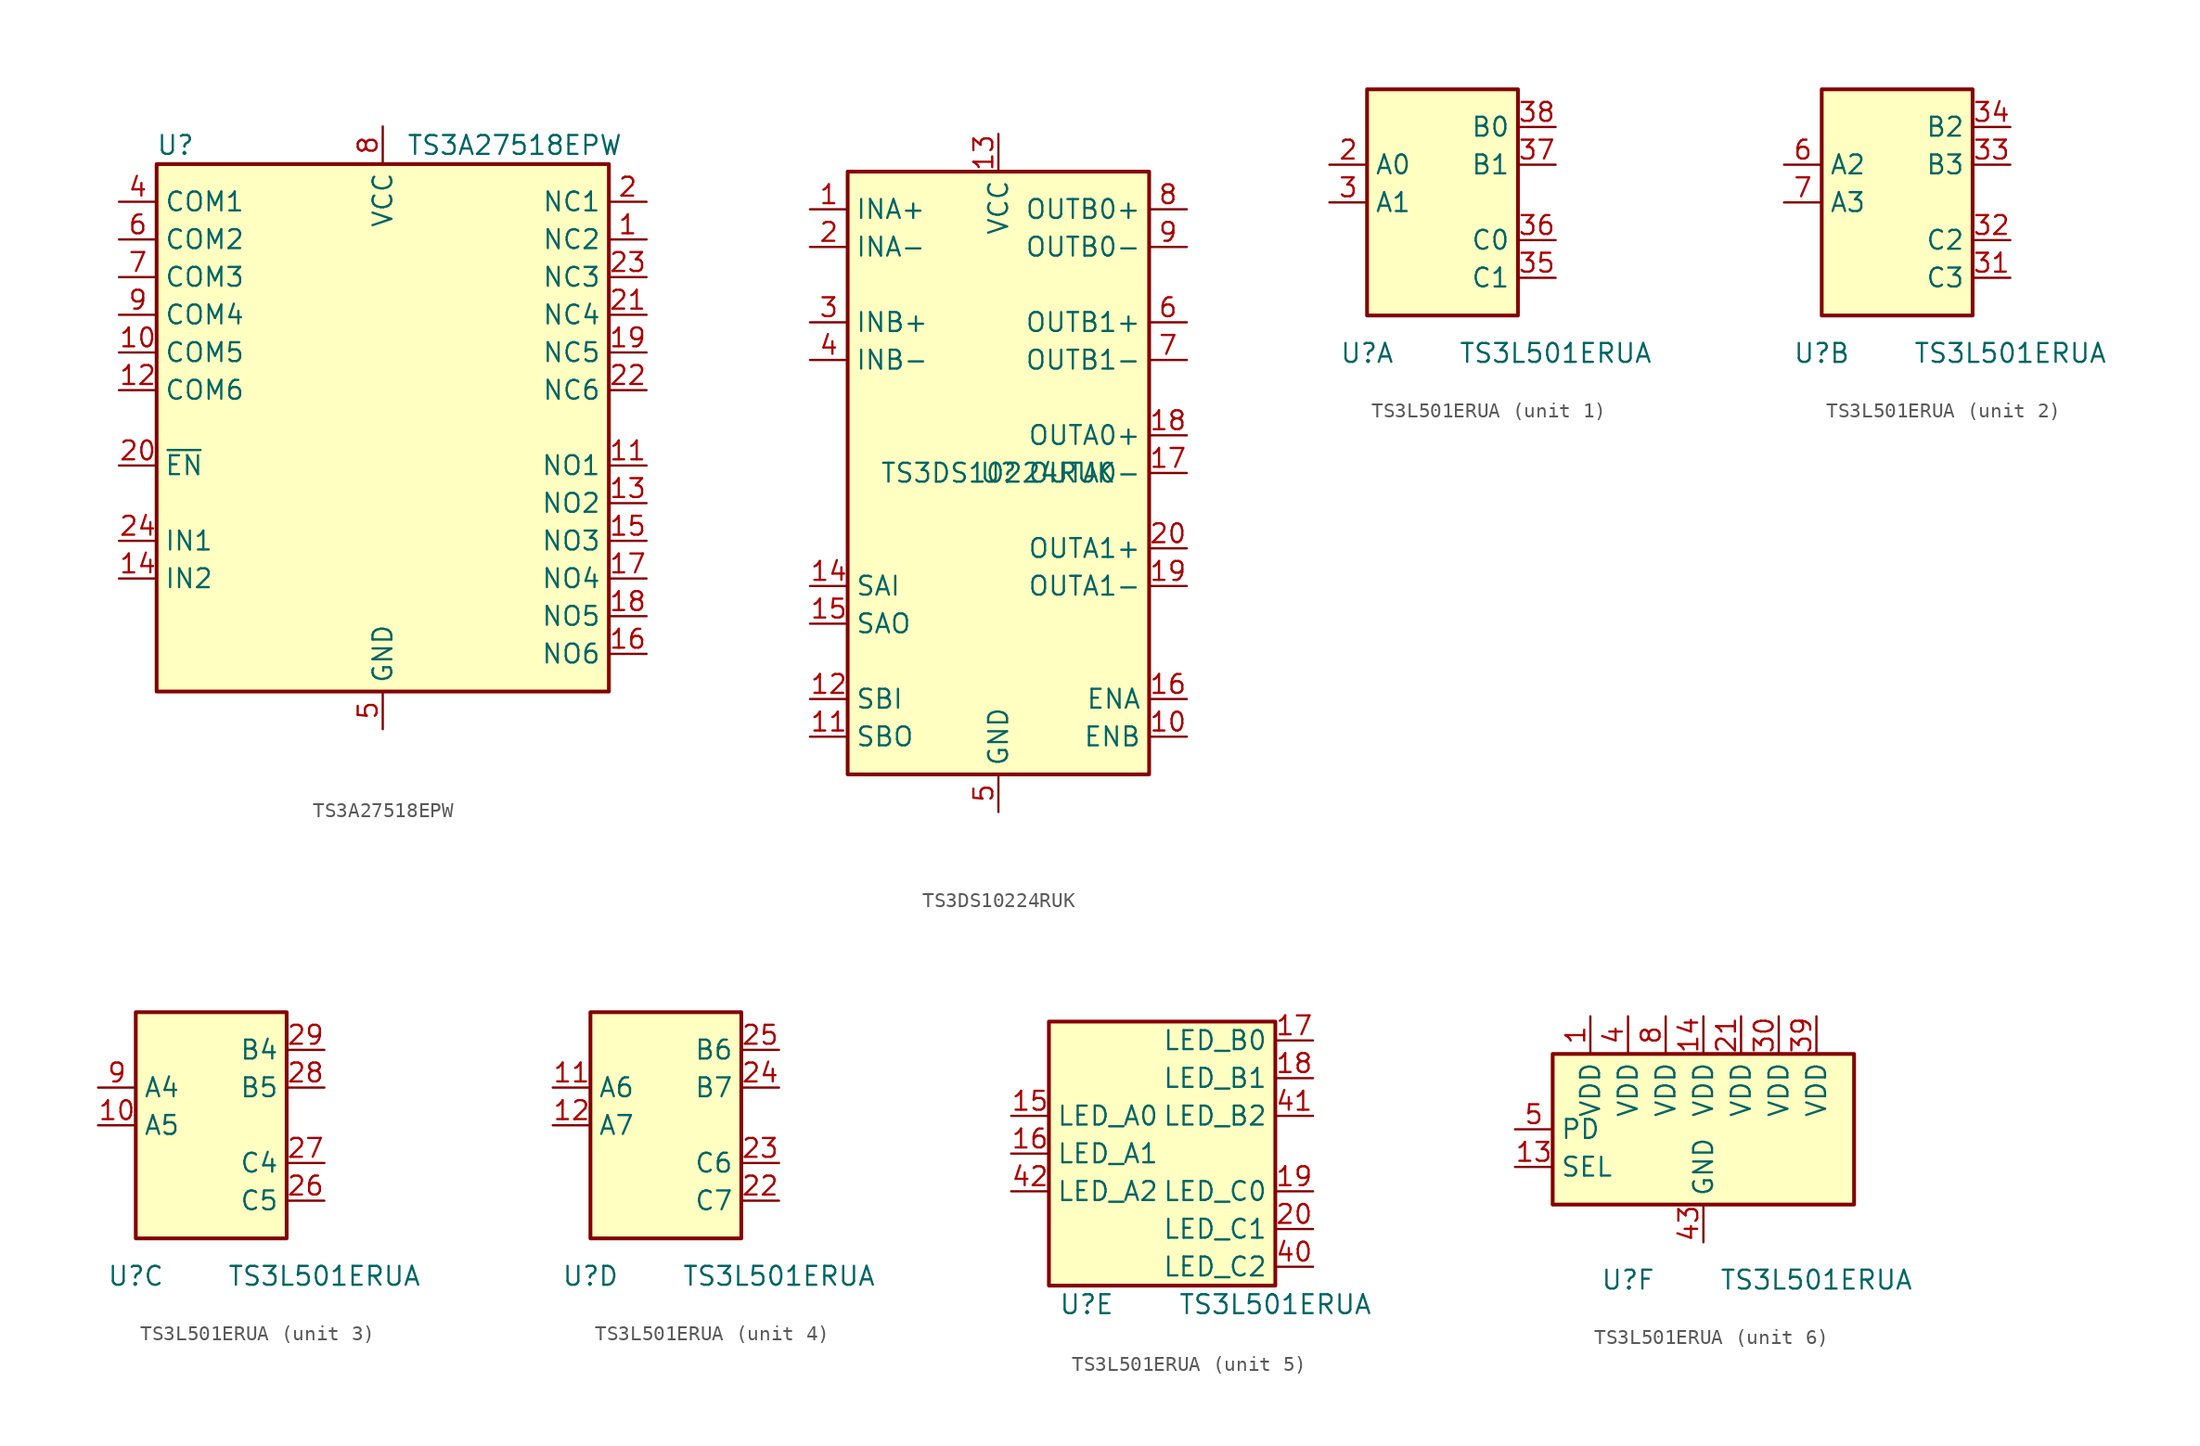
<source format=kicad_sym>
(kicad_symbol_lib
  (version 20201005)
  (generator kicad_symbol_editor)
  (symbol "TS3A27518EPW"
    (property "Reference" "U"
      (at -13.97 19.05 0)
      (effects (font (size 1.27 1.27))))
    (property "Value" "TS3A27518EPW"
      (at 8.89 19.05 0)
      (effects (font (size 1.27 1.27))))
    (symbol "TS3A27518EPW_0_1"
      (rectangle (start 15.24 -17.78) (end -15.24 17.78) (stroke (width 0.254)) (fill (type background))))
    (symbol "TS3A27518EPW_1_1"
      (pin bidirectional line (at 17.78 12.7 180) (length 2.54) (name "NC2" (effects (font (size 1.27 1.27)))) (number "1" (effects (font (size 1.27 1.27)))))
      (pin bidirectional line (at -17.78 5.08 0) (length 2.54) (name "COM5" (effects (font (size 1.27 1.27)))) (number "10" (effects (font (size 1.27 1.27)))))
      (pin bidirectional line (at 17.78 -2.54 180) (length 2.54) (name "NO1" (effects (font (size 1.27 1.27)))) (number "11" (effects (font (size 1.27 1.27)))))
      (pin bidirectional line (at -17.78 2.54 0) (length 2.54) (name "COM6" (effects (font (size 1.27 1.27)))) (number "12" (effects (font (size 1.27 1.27)))))
      (pin bidirectional line (at 17.78 -5.08 180) (length 2.54) (name "NO2" (effects (font (size 1.27 1.27)))) (number "13" (effects (font (size 1.27 1.27)))))
      (pin input line (at -17.78 -10.16 0) (length 2.54) (name "IN2" (effects (font (size 1.27 1.27)))) (number "14" (effects (font (size 1.27 1.27)))))
      (pin bidirectional line (at 17.78 -7.62 180) (length 2.54) (name "NO3" (effects (font (size 1.27 1.27)))) (number "15" (effects (font (size 1.27 1.27)))))
      (pin bidirectional line (at 17.78 -15.24 180) (length 2.54) (name "NO6" (effects (font (size 1.27 1.27)))) (number "16" (effects (font (size 1.27 1.27)))))
      (pin bidirectional line (at 17.78 -10.16 180) (length 2.54) (name "NO4" (effects (font (size 1.27 1.27)))) (number "17" (effects (font (size 1.27 1.27)))))
      (pin bidirectional line (at 17.78 -12.7 180) (length 2.54) (name "NO5" (effects (font (size 1.27 1.27)))) (number "18" (effects (font (size 1.27 1.27)))))
      (pin bidirectional line (at 17.78 5.08 180) (length 2.54) (name "NC5" (effects (font (size 1.27 1.27)))) (number "19" (effects (font (size 1.27 1.27)))))
      (pin bidirectional line (at 17.78 15.24 180) (length 2.54) (name "NC1" (effects (font (size 1.27 1.27)))) (number "2" (effects (font (size 1.27 1.27)))))
      (pin input line (at -17.78 -2.54 0) (length 2.54) (name "~EN" (effects (font (size 1.27 1.27)))) (number "20" (effects (font (size 1.27 1.27)))))
      (pin bidirectional line (at 17.78 7.62 180) (length 2.54) (name "NC4" (effects (font (size 1.27 1.27)))) (number "21" (effects (font (size 1.27 1.27)))))
      (pin bidirectional line (at 17.78 2.54 180) (length 2.54) (name "NC6" (effects (font (size 1.27 1.27)))) (number "22" (effects (font (size 1.27 1.27)))))
      (pin bidirectional line (at 17.78 10.16 180) (length 2.54) (name "NC3" (effects (font (size 1.27 1.27)))) (number "23" (effects (font (size 1.27 1.27)))))
      (pin input line (at -17.78 -7.62 0) (length 2.54) (name "IN1" (effects (font (size 1.27 1.27)))) (number "24" (effects (font (size 1.27 1.27)))))
      (pin no_connect line (at -15.24 -15.24 0) (length 2.54) hide (name "N.C." (effects (font (size 1.27 1.27)))) (number "3" (effects (font (size 1.27 1.27)))))
      (pin bidirectional line (at -17.78 15.24 0) (length 2.54) (name "COM1" (effects (font (size 1.27 1.27)))) (number "4" (effects (font (size 1.27 1.27)))))
      (pin power_in line (at 0 -20.32 90) (length 2.54) (name "GND" (effects (font (size 1.27 1.27)))) (number "5" (effects (font (size 1.27 1.27)))))
      (pin bidirectional line (at -17.78 12.7 0) (length 2.54) (name "COM2" (effects (font (size 1.27 1.27)))) (number "6" (effects (font (size 1.27 1.27)))))
      (pin bidirectional line (at -17.78 10.16 0) (length 2.54) (name "COM3" (effects (font (size 1.27 1.27)))) (number "7" (effects (font (size 1.27 1.27)))))
      (pin power_in line (at 0 20.32 270) (length 2.54) (name "VCC" (effects (font (size 1.27 1.27)))) (number "8" (effects (font (size 1.27 1.27)))))
      (pin bidirectional line (at -17.78 7.62 0) (length 2.54) (name "COM4" (effects (font (size 1.27 1.27)))) (number "9" (effects (font (size 1.27 1.27)))))))
  (symbol "TS3DS10224RUK"
    (property "Reference" "U"
      (at 0 0 0)
      (effects (font (size 1.27 1.27))))
    (property "Value" "TS3DS10224RUK"
      (at 0 0 0)
      (effects (font (size 1.27 1.27))))
    (symbol "TS3DS10224RUK_0_1"
      (rectangle (start -10.16 20.32) (end 10.16 -20.32) (stroke (width 0.254)) (fill (type background))))
    (symbol "TS3DS10224RUK_1_1"
      (pin bidirectional line (at -12.7 17.78 0) (length 2.54) (name "INA+" (effects (font (size 1.27 1.27)))) (number "1" (effects (font (size 1.27 1.27)))))
      (pin input line (at 12.7 -17.78 180) (length 2.54) (name "ENB" (effects (font (size 1.27 1.27)))) (number "10" (effects (font (size 1.27 1.27)))))
      (pin input line (at -12.7 -17.78 0) (length 2.54) (name "SBO" (effects (font (size 1.27 1.27)))) (number "11" (effects (font (size 1.27 1.27)))))
      (pin input line (at -12.7 -15.24 0) (length 2.54) (name "SBI" (effects (font (size 1.27 1.27)))) (number "12" (effects (font (size 1.27 1.27)))))
      (pin power_in line (at 0 22.86 270) (length 2.54) (name "VCC" (effects (font (size 1.27 1.27)))) (number "13" (effects (font (size 1.27 1.27)))))
      (pin input line (at -12.7 -7.62 0) (length 2.54) (name "SAI" (effects (font (size 1.27 1.27)))) (number "14" (effects (font (size 1.27 1.27)))))
      (pin input line (at -12.7 -10.16 0) (length 2.54) (name "SAO" (effects (font (size 1.27 1.27)))) (number "15" (effects (font (size 1.27 1.27)))))
      (pin input line (at 12.7 -15.24 180) (length 2.54) (name "ENA" (effects (font (size 1.27 1.27)))) (number "16" (effects (font (size 1.27 1.27)))))
      (pin bidirectional line (at 12.7 0 180) (length 2.54) (name "OUTA0-" (effects (font (size 1.27 1.27)))) (number "17" (effects (font (size 1.27 1.27)))))
      (pin bidirectional line (at 12.7 2.54 180) (length 2.54) (name "OUTA0+" (effects (font (size 1.27 1.27)))) (number "18" (effects (font (size 1.27 1.27)))))
      (pin bidirectional line (at 12.7 -7.62 180) (length 2.54) (name "OUTA1-" (effects (font (size 1.27 1.27)))) (number "19" (effects (font (size 1.27 1.27)))))
      (pin bidirectional line (at -12.7 15.24 0) (length 2.54) (name "INA-" (effects (font (size 1.27 1.27)))) (number "2" (effects (font (size 1.27 1.27)))))
      (pin bidirectional line (at 12.7 -5.08 180) (length 2.54) (name "OUTA1+" (effects (font (size 1.27 1.27)))) (number "20" (effects (font (size 1.27 1.27)))))
      (pin bidirectional line (at -12.7 10.16 0) (length 2.54) (name "INB+" (effects (font (size 1.27 1.27)))) (number "3" (effects (font (size 1.27 1.27)))))
      (pin bidirectional line (at -12.7 7.62 0) (length 2.54) (name "INB-" (effects (font (size 1.27 1.27)))) (number "4" (effects (font (size 1.27 1.27)))))
      (pin power_in line (at 0 -22.86 90) (length 2.54) (name "GND" (effects (font (size 1.27 1.27)))) (number "5" (effects (font (size 1.27 1.27)))))
      (pin bidirectional line (at 12.7 10.16 180) (length 2.54) (name "OUTB1+" (effects (font (size 1.27 1.27)))) (number "6" (effects (font (size 1.27 1.27)))))
      (pin bidirectional line (at 12.7 7.62 180) (length 2.54) (name "OUTB1-" (effects (font (size 1.27 1.27)))) (number "7" (effects (font (size 1.27 1.27)))))
      (pin bidirectional line (at 12.7 17.78 180) (length 2.54) (name "OUTB0+" (effects (font (size 1.27 1.27)))) (number "8" (effects (font (size 1.27 1.27)))))
      (pin bidirectional line (at 12.7 15.24 180) (length 2.54) (name "OUTB0-" (effects (font (size 1.27 1.27)))) (number "9" (effects (font (size 1.27 1.27)))))))
  (symbol "TS3L501ERUA"
    (property "Reference" "U"
      (at -5.08 -10.16 0)
      (effects (font (size 1.27 1.27))))
    (property "Value" "TS3L501ERUA"
      (at 7.62 -10.16 0)
      (effects (font (size 1.27 1.27))))
    (property "ki_locked" ""
      (at 0 0 0)
      (effects (font (size 1.27 1.27))))
    (symbol "TS3L501ERUA_1_1"
      (rectangle (start -5.08 7.62) (end 5.08 -7.62) (stroke (width 0.254)) (fill (type background)))
      (pin bidirectional line (at -7.62 2.54 0) (length 2.54) (name "A0" (effects (font (size 1.27 1.27)))) (number "2" (effects (font (size 1.27 1.27)))))
      (pin bidirectional line (at -7.62 0 0) (length 2.54) (name "A1" (effects (font (size 1.27 1.27)))) (number "3" (effects (font (size 1.27 1.27)))))
      (pin bidirectional line (at 7.62 -5.08 180) (length 2.54) (name "C1" (effects (font (size 1.27 1.27)))) (number "35" (effects (font (size 1.27 1.27)))))
      (pin bidirectional line (at 7.62 -2.54 180) (length 2.54) (name "C0" (effects (font (size 1.27 1.27)))) (number "36" (effects (font (size 1.27 1.27)))))
      (pin bidirectional line (at 7.62 2.54 180) (length 2.54) (name "B1" (effects (font (size 1.27 1.27)))) (number "37" (effects (font (size 1.27 1.27)))))
      (pin bidirectional line (at 7.62 5.08 180) (length 2.54) (name "B0" (effects (font (size 1.27 1.27)))) (number "38" (effects (font (size 1.27 1.27))))))
    (symbol "TS3L501ERUA_2_1"
      (rectangle (start -5.08 7.62) (end 5.08 -7.62) (stroke (width 0.254)) (fill (type background)))
      (pin bidirectional line (at 7.62 -5.08 180) (length 2.54) (name "C3" (effects (font (size 1.27 1.27)))) (number "31" (effects (font (size 1.27 1.27)))))
      (pin bidirectional line (at 7.62 -2.54 180) (length 2.54) (name "C2" (effects (font (size 1.27 1.27)))) (number "32" (effects (font (size 1.27 1.27)))))
      (pin bidirectional line (at 7.62 2.54 180) (length 2.54) (name "B3" (effects (font (size 1.27 1.27)))) (number "33" (effects (font (size 1.27 1.27)))))
      (pin bidirectional line (at 7.62 5.08 180) (length 2.54) (name "B2" (effects (font (size 1.27 1.27)))) (number "34" (effects (font (size 1.27 1.27)))))
      (pin bidirectional line (at -7.62 2.54 0) (length 2.54) (name "A2" (effects (font (size 1.27 1.27)))) (number "6" (effects (font (size 1.27 1.27)))))
      (pin bidirectional line (at -7.62 0 0) (length 2.54) (name "A3" (effects (font (size 1.27 1.27)))) (number "7" (effects (font (size 1.27 1.27))))))
    (symbol "TS3L501ERUA_3_1"
      (rectangle (start -5.08 7.62) (end 5.08 -7.62) (stroke (width 0.254)) (fill (type background)))
      (pin bidirectional line (at -7.62 0 0) (length 2.54) (name "A5" (effects (font (size 1.27 1.27)))) (number "10" (effects (font (size 1.27 1.27)))))
      (pin bidirectional line (at 7.62 -5.08 180) (length 2.54) (name "C5" (effects (font (size 1.27 1.27)))) (number "26" (effects (font (size 1.27 1.27)))))
      (pin bidirectional line (at 7.62 -2.54 180) (length 2.54) (name "C4" (effects (font (size 1.27 1.27)))) (number "27" (effects (font (size 1.27 1.27)))))
      (pin bidirectional line (at 7.62 2.54 180) (length 2.54) (name "B5" (effects (font (size 1.27 1.27)))) (number "28" (effects (font (size 1.27 1.27)))))
      (pin bidirectional line (at 7.62 5.08 180) (length 2.54) (name "B4" (effects (font (size 1.27 1.27)))) (number "29" (effects (font (size 1.27 1.27)))))
      (pin bidirectional line (at -7.62 2.54 0) (length 2.54) (name "A4" (effects (font (size 1.27 1.27)))) (number "9" (effects (font (size 1.27 1.27))))))
    (symbol "TS3L501ERUA_4_1"
      (rectangle (start -5.08 7.62) (end 5.08 -7.62) (stroke (width 0.254)) (fill (type background)))
      (pin bidirectional line (at -7.62 2.54 0) (length 2.54) (name "A6" (effects (font (size 1.27 1.27)))) (number "11" (effects (font (size 1.27 1.27)))))
      (pin bidirectional line (at -7.62 0 0) (length 2.54) (name "A7" (effects (font (size 1.27 1.27)))) (number "12" (effects (font (size 1.27 1.27)))))
      (pin bidirectional line (at 7.62 -5.08 180) (length 2.54) (name "C7" (effects (font (size 1.27 1.27)))) (number "22" (effects (font (size 1.27 1.27)))))
      (pin bidirectional line (at 7.62 -2.54 180) (length 2.54) (name "C6" (effects (font (size 1.27 1.27)))) (number "23" (effects (font (size 1.27 1.27)))))
      (pin bidirectional line (at 7.62 2.54 180) (length 2.54) (name "B7" (effects (font (size 1.27 1.27)))) (number "24" (effects (font (size 1.27 1.27)))))
      (pin bidirectional line (at 7.62 5.08 180) (length 2.54) (name "B6" (effects (font (size 1.27 1.27)))) (number "25" (effects (font (size 1.27 1.27))))))
    (symbol "TS3L501ERUA_5_1"
      (rectangle (start -7.62 8.89) (end 7.62 -8.89) (stroke (width 0.254)) (fill (type background)))
      (pin bidirectional line (at -10.16 2.54 0) (length 2.54) (name "LED_A0" (effects (font (size 1.27 1.27)))) (number "15" (effects (font (size 1.27 1.27)))))
      (pin bidirectional line (at -10.16 0 0) (length 2.54) (name "LED_A1" (effects (font (size 1.27 1.27)))) (number "16" (effects (font (size 1.27 1.27)))))
      (pin bidirectional line (at 10.16 7.62 180) (length 2.54) (name "LED_B0" (effects (font (size 1.27 1.27)))) (number "17" (effects (font (size 1.27 1.27)))))
      (pin bidirectional line (at 10.16 5.08 180) (length 2.54) (name "LED_B1" (effects (font (size 1.27 1.27)))) (number "18" (effects (font (size 1.27 1.27)))))
      (pin bidirectional line (at 10.16 -2.54 180) (length 2.54) (name "LED_C0" (effects (font (size 1.27 1.27)))) (number "19" (effects (font (size 1.27 1.27)))))
      (pin bidirectional line (at 10.16 -5.08 180) (length 2.54) (name "LED_C1" (effects (font (size 1.27 1.27)))) (number "20" (effects (font (size 1.27 1.27)))))
      (pin bidirectional line (at 10.16 -7.62 180) (length 2.54) (name "LED_C2" (effects (font (size 1.27 1.27)))) (number "40" (effects (font (size 1.27 1.27)))))
      (pin bidirectional line (at 10.16 2.54 180) (length 2.54) (name "LED_B2" (effects (font (size 1.27 1.27)))) (number "41" (effects (font (size 1.27 1.27)))))
      (pin bidirectional line (at -10.16 -2.54 0) (length 2.54) (name "LED_A2" (effects (font (size 1.27 1.27)))) (number "42" (effects (font (size 1.27 1.27))))))
    (symbol "TS3L501ERUA_6_0"
      (rectangle (start -10.16 5.08) (end 10.16 -5.08) (stroke (width 0.254)) (fill (type background))))
    (symbol "TS3L501ERUA_6_1"
      (pin power_in line (at -7.62 7.62 270) (length 2.54) (name "VDD" (effects (font (size 1.27 1.27)))) (number "1" (effects (font (size 1.27 1.27)))))
      (pin input line (at -12.7 -2.54 0) (length 2.54) (name "SEL" (effects (font (size 1.27 1.27)))) (number "13" (effects (font (size 1.27 1.27)))))
      (pin power_in line (at 0 7.62 270) (length 2.54) (name "VDD" (effects (font (size 1.27 1.27)))) (number "14" (effects (font (size 1.27 1.27)))))
      (pin power_in line (at 2.54 7.62 270) (length 2.54) (name "VDD" (effects (font (size 1.27 1.27)))) (number "21" (effects (font (size 1.27 1.27)))))
      (pin power_in line (at 5.08 7.62 270) (length 2.54) (name "VDD" (effects (font (size 1.27 1.27)))) (number "30" (effects (font (size 1.27 1.27)))))
      (pin power_in line (at 7.62 7.62 270) (length 2.54) (name "VDD" (effects (font (size 1.27 1.27)))) (number "39" (effects (font (size 1.27 1.27)))))
      (pin power_in line (at -5.08 7.62 270) (length 2.54) (name "VDD" (effects (font (size 1.27 1.27)))) (number "4" (effects (font (size 1.27 1.27)))))
      (pin power_in line (at 0 -7.62 90) (length 2.54) (name "GND" (effects (font (size 1.27 1.27)))) (number "43" (effects (font (size 1.27 1.27)))))
      (pin input line (at -12.7 0 0) (length 2.54) (name "PD" (effects (font (size 1.27 1.27)))) (number "5" (effects (font (size 1.27 1.27)))))
      (pin power_in line (at -2.54 7.62 270) (length 2.54) (name "VDD" (effects (font (size 1.27 1.27)))) (number "8" (effects (font (size 1.27 1.27))))))))
</source>
